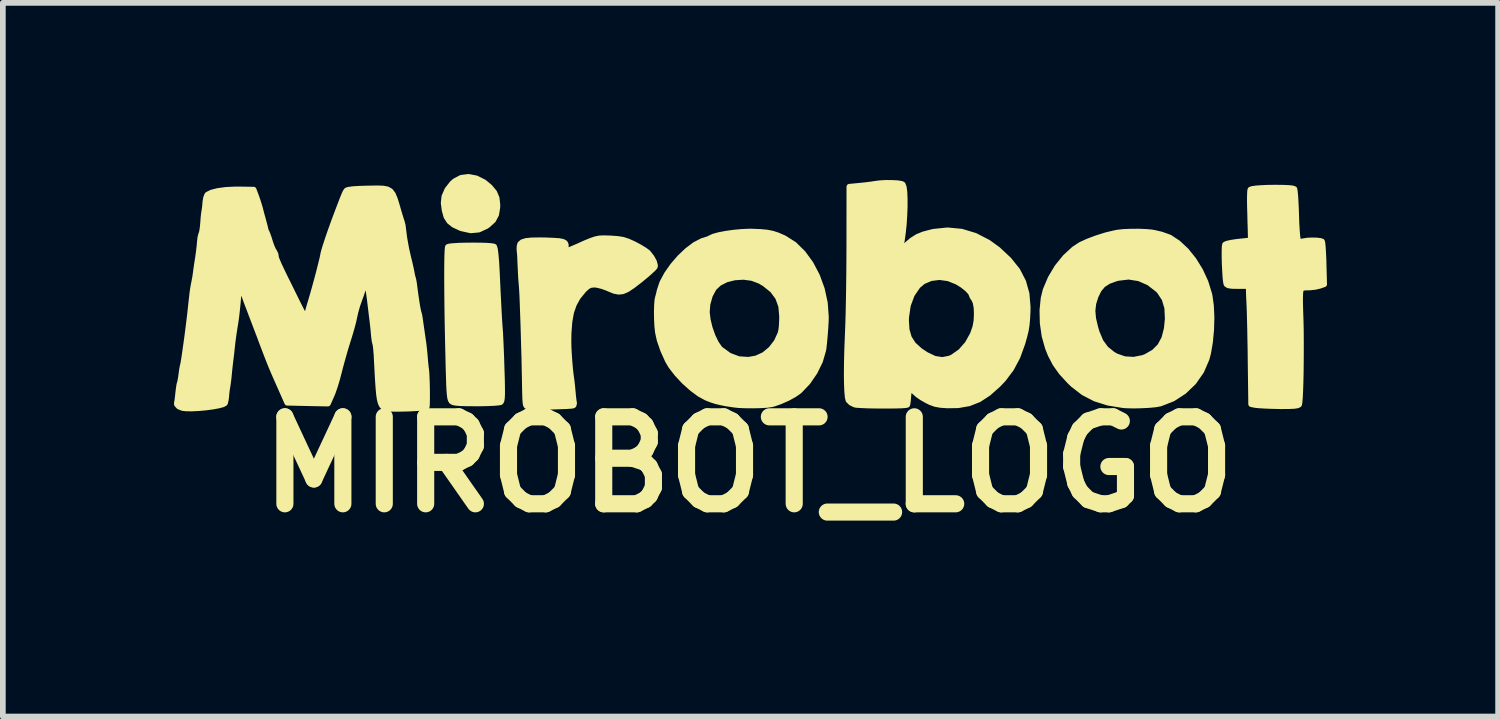
<source format=kicad_pcb>
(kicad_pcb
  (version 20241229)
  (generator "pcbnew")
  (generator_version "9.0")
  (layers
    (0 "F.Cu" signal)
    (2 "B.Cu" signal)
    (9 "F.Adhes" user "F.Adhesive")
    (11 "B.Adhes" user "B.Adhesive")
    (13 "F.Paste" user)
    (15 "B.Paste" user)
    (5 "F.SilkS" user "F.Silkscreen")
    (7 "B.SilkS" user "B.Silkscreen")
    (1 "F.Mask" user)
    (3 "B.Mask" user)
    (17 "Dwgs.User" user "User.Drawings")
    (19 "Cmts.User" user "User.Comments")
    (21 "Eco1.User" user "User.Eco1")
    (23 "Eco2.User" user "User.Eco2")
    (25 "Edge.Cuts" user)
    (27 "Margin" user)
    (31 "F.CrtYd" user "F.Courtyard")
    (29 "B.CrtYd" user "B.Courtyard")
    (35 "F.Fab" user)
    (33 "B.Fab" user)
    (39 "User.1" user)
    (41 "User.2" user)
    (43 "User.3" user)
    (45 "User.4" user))
  (footprint "MIROBOT_LOGO"
    (layer "F.Cu")
    (at 10.071 2.09)
    (property "Reference" "MIROBOT_LOGO" (at 0 3 0) (layer "F.SilkS") (effects (font (size 1.524 1.524) (thickness 0.3))))
    (attr through_hole)
    (fp_poly (pts (xy -4.404 -1.551) (xy -4.405 -1.504) (xy -4.425 -1.38) (xy -4.477 -1.282) (xy -4.57 -1.197) (xy -4.599 -1.177) (xy -4.73 -1.116) (xy -4.871 -1.103) (xy -5.026 -1.137) (xy -5.055 -1.147) (xy -5.168 -1.2) (xy -5.246 -1.262) (xy -5.298 -1.344) (xy -5.329 -1.458) (xy -5.345 -1.581) (xy -5.333 -1.696) (xy -5.281 -1.815) (xy -5.196 -1.924) (xy -5.151 -1.964) (xy -5.038 -2.024) (xy -4.909 -2.04) (xy -4.774 -2.014) (xy -4.64 -1.947) (xy -4.538 -1.863) (xy -4.459 -1.768) (xy -4.417 -1.67) (xy -4.404 -1.551)) (stroke (width 0.1) (type solid)) (fill yes) (layer "F.SilkS"))
    (fp_poly (pts (xy -4.321 1.675) (xy -4.321 1.775) (xy -4.325 1.842) (xy -4.332 1.883) (xy -4.343 1.904) (xy -4.347 1.908) (xy -4.383 1.915) (xy -4.461 1.922) (xy -4.57 1.927) (xy -4.701 1.93) (xy -4.778 1.93) (xy -4.936 1.929) (xy -5.05 1.926) (xy -5.127 1.92) (xy -5.175 1.911) (xy -5.202 1.897) (xy -5.207 1.893) (xy -5.217 1.877) (xy -5.226 1.855) (xy -5.234 1.821) (xy -5.24 1.771) (xy -5.246 1.699) (xy -5.251 1.6) (xy -5.255 1.469) (xy -5.26 1.3) (xy -5.265 1.09) (xy -5.269 0.927) (xy -5.275 0.646) (xy -5.28 0.377) (xy -5.283 0.124) (xy -5.285 -0.109) (xy -5.286 -0.316) (xy -5.285 -0.493) (xy -5.283 -0.636) (xy -5.279 -0.739) (xy -5.274 -0.799) (xy -5.271 -0.812) (xy -5.241 -0.821) (xy -5.171 -0.828) (xy -5.072 -0.834) (xy -4.955 -0.837) (xy -4.829 -0.838) (xy -4.707 -0.837) (xy -4.599 -0.834) (xy -4.515 -0.828) (xy -4.467 -0.82) (xy -4.46 -0.816) (xy -4.446 -0.769) (xy -4.434 -0.674) (xy -4.422 -0.532) (xy -4.412 -0.347) (xy -4.408 -0.254) (xy -4.399 -0.061) (xy -4.389 0.138) (xy -4.379 0.33) (xy -4.369 0.503) (xy -4.359 0.644) (xy -4.355 0.696) (xy -4.352 0.759) (xy -4.347 0.864) (xy -4.341 0.999) (xy -4.335 1.155) (xy -4.33 1.322) (xy -4.329 1.353) (xy -4.323 1.536) (xy -4.321 1.675)) (stroke (width 0.1) (type solid)) (fill yes) (layer "F.SilkS"))
    (fp_poly (pts (xy 8.112 0.424) (xy 8.106 0.641) (xy 8.086 0.854) (xy 8.053 1.046) (xy 8.026 1.149) (xy 7.933 1.364) (xy 7.799 1.556) (xy 7.63 1.719) (xy 7.433 1.847) (xy 7.345 1.881) (xy 7.345 0.445) (xy 7.336 0.255) (xy 7.288 0.096) (xy 7.201 -0.035) (xy 7.175 -0.063) (xy 7.016 -0.186) (xy 6.843 -0.262) (xy 6.661 -0.291) (xy 6.474 -0.269) (xy 6.442 -0.261) (xy 6.307 -0.212) (xy 6.21 -0.15) (xy 6.138 -0.065) (xy 6.081 0.051) (xy 6.041 0.178) (xy 6.026 0.305) (xy 6.038 0.444) (xy 6.077 0.607) (xy 6.101 0.687) (xy 6.169 0.848) (xy 6.259 0.972) (xy 6.381 1.07) (xy 6.44 1.104) (xy 6.587 1.155) (xy 6.749 1.165) (xy 6.911 1.133) (xy 6.966 1.112) (xy 7.106 1.031) (xy 7.211 0.925) (xy 7.284 0.79) (xy 7.328 0.62) (xy 7.345 0.445) (xy 7.345 1.881) (xy 7.214 1.932) (xy 7.214 1.932) (xy 7.133 1.947) (xy 7.018 1.958) (xy 6.884 1.965) (xy 6.748 1.968) (xy 6.624 1.965) (xy 6.566 1.961) (xy 6.301 1.918) (xy 6.072 1.846) (xy 5.868 1.74) (xy 5.682 1.596) (xy 5.624 1.54) (xy 5.482 1.385) (xy 5.375 1.235) (xy 5.291 1.074) (xy 5.243 0.953) (xy 5.185 0.746) (xy 5.153 0.522) (xy 5.148 0.297) (xy 5.169 0.087) (xy 5.204 -0.056) (xy 5.292 -0.263) (xy 5.409 -0.459) (xy 5.549 -0.632) (xy 5.702 -0.773) (xy 5.817 -0.849) (xy 5.945 -0.908) (xy 6.102 -0.967) (xy 6.269 -1.019) (xy 6.426 -1.056) (xy 6.47 -1.064) (xy 6.57 -1.075) (xy 6.695 -1.08) (xy 6.83 -1.081) (xy 6.957 -1.076) (xy 7.061 -1.067) (xy 7.112 -1.058) (xy 7.184 -1.041) (xy 7.229 -1.031) (xy 7.378 -0.978) (xy 7.526 -0.88) (xy 7.668 -0.747) (xy 7.799 -0.584) (xy 7.914 -0.398) (xy 8.007 -0.196) (xy 8.072 0.015) (xy 8.079 0.047) (xy 8.103 0.22) (xy 8.112 0.424)) (stroke (width 0.1) (type solid)) (fill yes) (layer "F.SilkS"))
    (fp_poly (pts (xy 10.086 -0.158) (xy 10.005 -0.13) (xy 9.928 -0.112) (xy 9.833 -0.102) (xy 9.804 -0.102) (xy 9.73 -0.099) (xy 9.692 -0.086) (xy 9.675 -0.054) (xy 9.67 -0.032) (xy 9.666 0.021) (xy 9.664 0.111) (xy 9.666 0.225) (xy 9.669 0.33) (xy 9.674 0.479) (xy 9.678 0.65) (xy 9.679 0.834) (xy 9.679 1.025) (xy 9.678 1.215) (xy 9.676 1.397) (xy 9.672 1.566) (xy 9.667 1.712) (xy 9.661 1.829) (xy 9.654 1.911) (xy 9.647 1.949) (xy 9.646 1.951) (xy 9.618 1.965) (xy 9.56 1.974) (xy 9.466 1.978) (xy 9.328 1.979) (xy 9.286 1.978) (xy 9.154 1.975) (xy 9.035 1.97) (xy 8.941 1.964) (xy 8.884 1.958) (xy 8.88 1.958) (xy 8.807 1.943) (xy 8.797 1.194) (xy 8.795 0.993) (xy 8.791 0.798) (xy 8.788 0.62) (xy 8.784 0.465) (xy 8.781 0.342) (xy 8.778 0.261) (xy 8.778 0.254) (xy 8.773 0.145) (xy 8.768 0.042) (xy 8.766 -0.032) (xy 8.766 -0.032) (xy 8.763 -0.127) (xy 8.575 -0.127) (xy 8.472 -0.129) (xy 8.41 -0.138) (xy 8.379 -0.155) (xy 8.372 -0.166) (xy 8.363 -0.212) (xy 8.355 -0.293) (xy 8.349 -0.398) (xy 8.343 -0.514) (xy 8.34 -0.629) (xy 8.34 -0.732) (xy 8.342 -0.81) (xy 8.348 -0.851) (xy 8.349 -0.853) (xy 8.382 -0.869) (xy 8.453 -0.885) (xy 8.548 -0.9) (xy 8.585 -0.904) (xy 8.801 -0.927) (xy 8.798 -1.067) (xy 8.796 -1.151) (xy 8.792 -1.269) (xy 8.789 -1.402) (xy 8.786 -1.499) (xy 8.784 -1.617) (xy 8.785 -1.717) (xy 8.788 -1.787) (xy 8.793 -1.816) (xy 8.825 -1.828) (xy 8.896 -1.838) (xy 8.995 -1.845) (xy 9.112 -1.85) (xy 9.235 -1.851) (xy 9.352 -1.85) (xy 9.454 -1.846) (xy 9.528 -1.839) (xy 9.563 -1.828) (xy 9.564 -1.827) (xy 9.571 -1.792) (xy 9.579 -1.716) (xy 9.586 -1.606) (xy 9.592 -1.474) (xy 9.596 -1.361) (xy 9.601 -1.211) (xy 9.609 -1.083) (xy 9.618 -0.985) (xy 9.627 -0.925) (xy 9.633 -0.911) (xy 9.675 -0.905) (xy 9.725 -0.912) (xy 9.791 -0.923) (xy 9.874 -0.927) (xy 9.957 -0.925) (xy 10.022 -0.917) (xy 10.049 -0.907) (xy 10.056 -0.876) (xy 10.063 -0.805) (xy 10.069 -0.701) (xy 10.075 -0.576) (xy 10.076 -0.524) (xy 10.086 -0.158)) (stroke (width 0.1) (type solid)) (fill yes) (layer "F.SilkS"))
    (fp_poly (pts (xy 1.354 0.419) (xy 1.351 0.507) (xy 1.344 0.624) (xy 1.334 0.751) (xy 1.323 0.871) (xy 1.312 0.967) (xy 1.306 1.001) (xy 1.251 1.189) (xy 1.158 1.379) (xy 1.036 1.557) (xy 0.895 1.705) (xy 0.883 1.716) (xy 0.798 1.775) (xy 0.683 1.838) (xy 0.586 1.881) (xy 0.586 0.406) (xy 0.57 0.226) (xy 0.515 0.074) (xy 0.419 -0.056) (xy 0.278 -0.169) (xy 0.198 -0.216) (xy 0.061 -0.268) (xy -0.091 -0.288) (xy -0.247 -0.278) (xy -0.394 -0.241) (xy -0.519 -0.177) (xy -0.61 -0.091) (xy -0.679 0.038) (xy -0.722 0.19) (xy -0.733 0.33) (xy -0.717 0.464) (xy -0.682 0.609) (xy -0.632 0.75) (xy -0.573 0.873) (xy -0.511 0.963) (xy -0.495 0.98) (xy -0.341 1.092) (xy -0.177 1.154) (xy -0.005 1.166) (xy 0.133 1.142) (xy 0.269 1.08) (xy 0.392 0.979) (xy 0.491 0.85) (xy 0.557 0.706) (xy 0.571 0.648) (xy 0.579 0.581) (xy 0.584 0.487) (xy 0.586 0.406) (xy 0.586 1.881) (xy 0.557 1.894) (xy 0.441 1.935) (xy 0.406 1.944) (xy 0.327 1.956) (xy 0.212 1.963) (xy 0.08 1.966) (xy -0.055 1.965) (xy -0.176 1.96) (xy -0.256 1.951) (xy -0.394 1.93) (xy -0.495 1.91) (xy -0.576 1.89) (xy -0.652 1.866) (xy -0.735 1.833) (xy -0.737 1.833) (xy -0.859 1.767) (xy -0.994 1.667) (xy -1.13 1.545) (xy -1.255 1.411) (xy -1.359 1.277) (xy -1.416 1.181) (xy -1.5 0.994) (xy -1.561 0.817) (xy -1.591 0.68) (xy -1.602 0.575) (xy -1.608 0.452) (xy -1.61 0.325) (xy -1.607 0.211) (xy -1.6 0.122) (xy -1.594 0.089) (xy -1.573 0.012) (xy -1.56 -0.047) (xy -1.514 -0.185) (xy -1.434 -0.334) (xy -1.329 -0.484) (xy -1.206 -0.626) (xy -1.074 -0.751) (xy -0.941 -0.851) (xy -0.815 -0.916) (xy -0.772 -0.929) (xy -0.709 -0.949) (xy -0.67 -0.969) (xy -0.615 -0.994) (xy -0.521 -1.02) (xy -0.401 -1.043) (xy -0.265 -1.062) (xy -0.127 -1.075) (xy 0.001 -1.081) (xy 0.051 -1.081) (xy 0.204 -1.075) (xy 0.322 -1.064) (xy 0.418 -1.045) (xy 0.508 -1.016) (xy 0.606 -0.973) (xy 0.627 -0.963) (xy 0.797 -0.855) (xy 0.951 -0.704) (xy 1.086 -0.519) (xy 1.198 -0.306) (xy 1.283 -0.074) (xy 1.336 0.171) (xy 1.354 0.419)) (stroke (width 0.1) (type solid)) (fill yes) (layer "F.SilkS"))
    (fp_poly (pts (xy -1.641 -0.486) (xy -1.644 -0.465) (xy -1.668 -0.436) (xy -1.725 -0.383) (xy -1.805 -0.313) (xy -1.901 -0.234) (xy -1.91 -0.227) (xy -2.033 -0.132) (xy -2.128 -0.069) (xy -2.206 -0.035) (xy -2.278 -0.027) (xy -2.355 -0.042) (xy -2.446 -0.079) (xy -2.468 -0.089) (xy -2.562 -0.124) (xy -2.656 -0.147) (xy -2.703 -0.152) (xy -2.767 -0.146) (xy -2.82 -0.122) (xy -2.879 -0.069) (xy -2.902 -0.044) (xy -2.994 0.069) (xy -3.062 0.192) (xy -3.111 0.332) (xy -3.141 0.499) (xy -3.156 0.701) (xy -3.158 0.851) (xy -3.156 0.95) (xy -3.149 1.074) (xy -3.14 1.206) (xy -3.129 1.331) (xy -3.118 1.431) (xy -3.111 1.476) (xy -3.104 1.528) (xy -3.094 1.613) (xy -3.085 1.711) (xy -3.076 1.806) (xy -3.067 1.882) (xy -3.06 1.924) (xy -3.059 1.925) (xy -3.068 1.961) (xy -3.08 1.968) (xy -3.118 1.973) (xy -3.195 1.978) (xy -3.3 1.982) (xy -3.421 1.986) (xy -3.547 1.989) (xy -3.666 1.99) (xy -3.768 1.991) (xy -3.84 1.989) (xy -3.867 1.987) (xy -3.885 1.982) (xy -3.898 1.97) (xy -3.907 1.946) (xy -3.913 1.9) (xy -3.917 1.827) (xy -3.92 1.719) (xy -3.923 1.568) (xy -3.923 1.537) (xy -3.927 1.354) (xy -3.931 1.155) (xy -3.937 0.947) (xy -3.943 0.736) (xy -3.949 0.531) (xy -3.956 0.339) (xy -3.962 0.168) (xy -3.968 0.025) (xy -3.974 -0.083) (xy -3.979 -0.147) (xy -3.979 -0.148) (xy -3.987 -0.242) (xy -3.994 -0.362) (xy -3.999 -0.483) (xy -4 -0.491) (xy -4.004 -0.591) (xy -4.008 -0.671) (xy -4.012 -0.719) (xy -4.013 -0.724) (xy -4.017 -0.767) (xy -4.016 -0.818) (xy -4.004 -0.864) (xy -3.968 -0.896) (xy -3.901 -0.917) (xy -3.799 -0.927) (xy -3.656 -0.929) (xy -3.569 -0.928) (xy -3.423 -0.922) (xy -3.321 -0.915) (xy -3.256 -0.902) (xy -3.219 -0.881) (xy -3.205 -0.851) (xy -3.205 -0.81) (xy -3.205 -0.759) (xy -3.194 -0.738) (xy -3.164 -0.748) (xy -3.1 -0.775) (xy -3.015 -0.812) (xy -2.991 -0.822) (xy -2.86 -0.881) (xy -2.762 -0.921) (xy -2.686 -0.947) (xy -2.619 -0.961) (xy -2.549 -0.965) (xy -2.464 -0.963) (xy -2.415 -0.961) (xy -2.293 -0.952) (xy -2.201 -0.937) (xy -2.115 -0.909) (xy -2.015 -0.864) (xy -2.002 -0.857) (xy -1.906 -0.806) (xy -1.823 -0.755) (xy -1.766 -0.713) (xy -1.76 -0.706) (xy -1.7 -0.629) (xy -1.658 -0.551) (xy -1.641 -0.486)) (stroke (width 0.1) (type solid)) (fill yes) (layer "F.SilkS"))
    (fp_poly (pts (xy 4.89 0.239) (xy 4.889 0.318) (xy 4.882 0.455) (xy 4.872 0.56) (xy 4.857 0.653) (xy 4.833 0.751) (xy 4.798 0.875) (xy 4.798 0.875) (xy 4.711 1.115) (xy 4.602 1.32) (xy 4.463 1.505) (xy 4.372 1.601) (xy 4.2 1.753) (xy 4.034 1.861) (xy 3.998 1.875) (xy 3.998 0.369) (xy 3.994 0.257) (xy 3.978 0.164) (xy 3.953 0.106) (xy 3.951 0.103) (xy 3.92 0.058) (xy 3.912 0.034) (xy 3.89 -0.014) (xy 3.832 -0.076) (xy 3.748 -0.143) (xy 3.656 -0.2) (xy 3.502 -0.262) (xy 3.344 -0.284) (xy 3.193 -0.265) (xy 3.058 -0.208) (xy 2.965 -0.13) (xy 2.86 0.024) (xy 2.791 0.209) (xy 2.76 0.422) (xy 2.758 0.47) (xy 2.769 0.641) (xy 2.809 0.78) (xy 2.884 0.898) (xy 3.001 1.005) (xy 3.113 1.079) (xy 3.259 1.148) (xy 3.395 1.169) (xy 3.526 1.143) (xy 3.576 1.12) (xy 3.716 1.022) (xy 3.836 0.885) (xy 3.928 0.72) (xy 3.973 0.591) (xy 3.992 0.486) (xy 3.998 0.369) (xy 3.998 1.875) (xy 3.861 1.929) (xy 3.672 1.962) (xy 3.487 1.965) (xy 3.365 1.957) (xy 3.271 1.94) (xy 3.185 1.909) (xy 3.132 1.883) (xy 3.043 1.833) (xy 2.964 1.779) (xy 2.923 1.742) (xy 2.866 1.691) (xy 2.829 1.682) (xy 2.807 1.72) (xy 2.797 1.806) (xy 2.797 1.809) (xy 2.791 1.887) (xy 2.783 1.941) (xy 2.778 1.955) (xy 2.747 1.961) (xy 2.675 1.966) (xy 2.573 1.969) (xy 2.451 1.97) (xy 2.318 1.97) (xy 2.185 1.969) (xy 2.062 1.966) (xy 1.96 1.961) (xy 1.887 1.956) (xy 1.861 1.951) (xy 1.795 1.919) (xy 1.749 1.874) (xy 1.749 1.873) (xy 1.736 1.821) (xy 1.727 1.722) (xy 1.721 1.584) (xy 1.719 1.409) (xy 1.721 1.204) (xy 1.727 0.973) (xy 1.737 0.722) (xy 1.74 0.648) (xy 1.745 0.516) (xy 1.75 0.343) (xy 1.754 0.137) (xy 1.758 -0.092) (xy 1.761 -0.337) (xy 1.763 -0.587) (xy 1.764 -0.833) (xy 1.764 -0.838) (xy 1.765 -1.867) (xy 1.943 -1.884) (xy 2.048 -1.895) (xy 2.146 -1.907) (xy 2.21 -1.917) (xy 2.302 -1.929) (xy 2.409 -1.935) (xy 2.517 -1.934) (xy 2.611 -1.929) (xy 2.677 -1.918) (xy 2.7 -1.907) (xy 2.718 -1.862) (xy 2.73 -1.776) (xy 2.735 -1.658) (xy 2.735 -1.518) (xy 2.729 -1.365) (xy 2.719 -1.209) (xy 2.703 -1.058) (xy 2.684 -0.922) (xy 2.661 -0.811) (xy 2.652 -0.779) (xy 2.652 -0.759) (xy 2.679 -0.771) (xy 2.735 -0.818) (xy 2.766 -0.846) (xy 2.863 -0.929) (xy 2.958 -0.989) (xy 3.065 -1.033) (xy 3.203 -1.069) (xy 3.242 -1.078) (xy 3.486 -1.103) (xy 3.73 -1.08) (xy 3.969 -1.008) (xy 4.199 -0.889) (xy 4.37 -0.765) (xy 4.564 -0.583) (xy 4.711 -0.398) (xy 4.812 -0.202) (xy 4.871 0.008) (xy 4.89 0.239)) (stroke (width 0.1) (type solid)) (fill yes) (layer "F.SilkS"))
    (fp_poly (pts (xy -5.636 1.801) (xy -5.637 1.896) (xy -5.639 1.964) (xy -5.643 1.994) (xy -5.643 1.994) (xy -5.674 2.001) (xy -5.744 2.009) (xy -5.841 2.015) (xy -5.954 2.021) (xy -6.069 2.024) (xy -6.177 2.025) (xy -6.264 2.024) (xy -6.315 2.02) (xy -6.36 2.011) (xy -6.396 1.997) (xy -6.425 1.97) (xy -6.447 1.927) (xy -6.465 1.861) (xy -6.479 1.768) (xy -6.49 1.642) (xy -6.501 1.478) (xy -6.512 1.27) (xy -6.516 1.196) (xy -6.522 1.079) (xy -6.53 0.98) (xy -6.538 0.911) (xy -6.544 0.884) (xy -6.554 0.846) (xy -6.564 0.778) (xy -6.568 0.742) (xy -6.577 0.637) (xy -6.589 0.529) (xy -6.591 0.508) (xy -6.603 0.414) (xy -6.614 0.323) (xy -6.616 0.305) (xy -6.64 0.106) (xy -6.661 -0.044) (xy -6.68 -0.148) (xy -6.697 -0.207) (xy -6.712 -0.225) (xy -6.727 -0.202) (xy -6.741 -0.143) (xy -6.759 -0.074) (xy -6.79 0.02) (xy -6.82 0.102) (xy -6.859 0.213) (xy -6.893 0.333) (xy -6.909 0.407) (xy -6.928 0.494) (xy -6.959 0.611) (xy -6.997 0.74) (xy -7.024 0.826) (xy -7.07 0.975) (xy -7.118 1.144) (xy -7.162 1.305) (xy -7.178 1.368) (xy -7.212 1.498) (xy -7.251 1.628) (xy -7.289 1.738) (xy -7.309 1.786) (xy -7.374 1.933) (xy -7.731 1.926) (xy -8.087 1.918) (xy -8.194 1.676) (xy -8.254 1.541) (xy -8.302 1.432) (xy -8.343 1.337) (xy -8.38 1.248) (xy -8.418 1.152) (xy -8.461 1.041) (xy -8.513 0.905) (xy -8.578 0.731) (xy -8.586 0.711) (xy -8.637 0.577) (xy -8.694 0.427) (xy -8.746 0.29) (xy -8.75 0.279) (xy -8.792 0.17) (xy -8.83 0.066) (xy -8.858 -0.014) (xy -8.864 -0.032) (xy -8.887 -0.089) (xy -8.909 -0.116) (xy -8.914 -0.115) (xy -8.924 -0.086) (xy -8.936 -0.018) (xy -8.946 0.076) (xy -8.951 0.133) (xy -8.964 0.27) (xy -8.981 0.419) (xy -9 0.551) (xy -9.004 0.572) (xy -9.024 0.699) (xy -9.043 0.837) (xy -9.056 0.953) (xy -9.066 1.047) (xy -9.075 1.125) (xy -9.081 1.168) (xy -9.081 1.168) (xy -9.086 1.211) (xy -9.095 1.289) (xy -9.105 1.385) (xy -9.106 1.397) (xy -9.116 1.497) (xy -9.127 1.582) (xy -9.135 1.636) (xy -9.136 1.638) (xy -9.145 1.696) (xy -9.154 1.776) (xy -9.155 1.795) (xy -9.164 1.867) (xy -9.176 1.919) (xy -9.18 1.927) (xy -9.216 1.947) (xy -9.291 1.967) (xy -9.394 1.986) (xy -9.514 2.002) (xy -9.639 2.013) (xy -9.757 2.019) (xy -9.857 2.018) (xy -9.919 2.011) (xy -9.986 1.985) (xy -10.02 1.946) (xy -10.021 1.922) (xy -10.013 1.882) (xy -10.004 1.809) (xy -9.997 1.744) (xy -9.987 1.661) (xy -9.977 1.599) (xy -9.97 1.576) (xy -9.961 1.541) (xy -9.949 1.473) (xy -9.942 1.419) (xy -9.931 1.34) (xy -9.921 1.283) (xy -9.916 1.266) (xy -9.909 1.235) (xy -9.897 1.163) (xy -9.881 1.058) (xy -9.863 0.93) (xy -9.843 0.788) (xy -9.824 0.64) (xy -9.806 0.496) (xy -9.79 0.365) (xy -9.778 0.255) (xy -9.778 0.254) (xy -9.762 0.109) (xy -9.75 0.003) (xy -9.739 -0.077) (xy -9.728 -0.141) (xy -9.716 -0.2) (xy -9.7 -0.287) (xy -9.689 -0.365) (xy -9.68 -0.431) (xy -9.666 -0.526) (xy -9.651 -0.622) (xy -9.636 -0.73) (xy -9.624 -0.833) (xy -9.618 -0.902) (xy -9.61 -0.975) (xy -9.597 -1.028) (xy -9.593 -1.035) (xy -9.581 -1.076) (xy -9.569 -1.151) (xy -9.562 -1.226) (xy -9.555 -1.321) (xy -9.546 -1.403) (xy -9.539 -1.445) (xy -9.529 -1.511) (xy -9.522 -1.594) (xy -9.521 -1.604) (xy -9.509 -1.675) (xy -9.489 -1.724) (xy -9.483 -1.73) (xy -9.413 -1.765) (xy -9.303 -1.793) (xy -9.162 -1.812) (xy -9 -1.82) (xy -8.936 -1.82) (xy -8.676 -1.816) (xy -8.633 -1.702) (xy -8.6 -1.606) (xy -8.57 -1.509) (xy -8.564 -1.486) (xy -8.54 -1.394) (xy -8.512 -1.293) (xy -8.506 -1.27) (xy -8.486 -1.196) (xy -8.473 -1.143) (xy -8.471 -1.13) (xy -8.457 -1.087) (xy -8.45 -1.074) (xy -8.432 -1.033) (xy -8.407 -0.962) (xy -8.391 -0.908) (xy -8.363 -0.826) (xy -8.334 -0.76) (xy -8.319 -0.737) (xy -8.292 -0.684) (xy -8.288 -0.658) (xy -8.286 -0.638) (xy -8.278 -0.61) (xy -8.262 -0.568) (xy -8.236 -0.507) (xy -8.196 -0.422) (xy -8.141 -0.307) (xy -8.067 -0.158) (xy -7.974 0.031) (xy -7.966 0.047) (xy -7.894 0.193) (xy -7.84 0.299) (xy -7.803 0.368) (xy -7.777 0.406) (xy -7.761 0.419) (xy -7.75 0.41) (xy -7.742 0.384) (xy -7.74 0.377) (xy -7.723 0.312) (xy -7.696 0.217) (xy -7.664 0.11) (xy -7.658 0.089) (xy -7.629 -0.01) (xy -7.595 -0.132) (xy -7.559 -0.264) (xy -7.524 -0.397) (xy -7.494 -0.517) (xy -7.47 -0.615) (xy -7.457 -0.677) (xy -7.456 -0.686) (xy -7.443 -0.739) (xy -7.416 -0.828) (xy -7.378 -0.944) (xy -7.333 -1.076) (xy -7.284 -1.212) (xy -7.268 -1.257) (xy -7.203 -1.43) (xy -7.153 -1.561) (xy -7.116 -1.657) (xy -7.089 -1.723) (xy -7.07 -1.766) (xy -7.055 -1.791) (xy -7.045 -1.804) (xy -7.01 -1.815) (xy -6.933 -1.825) (xy -6.822 -1.832) (xy -6.688 -1.836) (xy -6.674 -1.836) (xy -6.523 -1.839) (xy -6.412 -1.836) (xy -6.333 -1.822) (xy -6.277 -1.79) (xy -6.235 -1.734) (xy -6.199 -1.647) (xy -6.161 -1.522) (xy -6.132 -1.422) (xy -6.107 -1.339) (xy -6.086 -1.271) (xy -6.077 -1.245) (xy -6.063 -1.19) (xy -6.057 -1.143) (xy -6.036 -0.975) (xy -6.001 -0.78) (xy -5.968 -0.635) (xy -5.942 -0.529) (xy -5.92 -0.431) (xy -5.906 -0.361) (xy -5.906 -0.358) (xy -5.893 -0.295) (xy -5.882 -0.258) (xy -5.881 -0.256) (xy -5.874 -0.225) (xy -5.863 -0.159) (xy -5.856 -0.102) (xy -5.838 0.032) (xy -5.82 0.155) (xy -5.803 0.257) (xy -5.788 0.327) (xy -5.78 0.353) (xy -5.772 0.385) (xy -5.761 0.45) (xy -5.755 0.495) (xy -5.741 0.593) (xy -5.724 0.71) (xy -5.713 0.785) (xy -5.696 0.905) (xy -5.682 1.038) (xy -5.675 1.115) (xy -5.667 1.212) (xy -5.658 1.296) (xy -5.652 1.344) (xy -5.647 1.393) (xy -5.643 1.476) (xy -5.639 1.579) (xy -5.637 1.691) (xy -5.636 1.801)) (stroke (width 0.1) (type solid)) (fill yes) (layer "F.SilkS")))
  (gr_rect
    (start -3 -3)
    (end 23.206 9.508)
    (stroke (width 0.1) (type default))
    (fill no)
    (layer "Edge.Cuts")))
</source>
